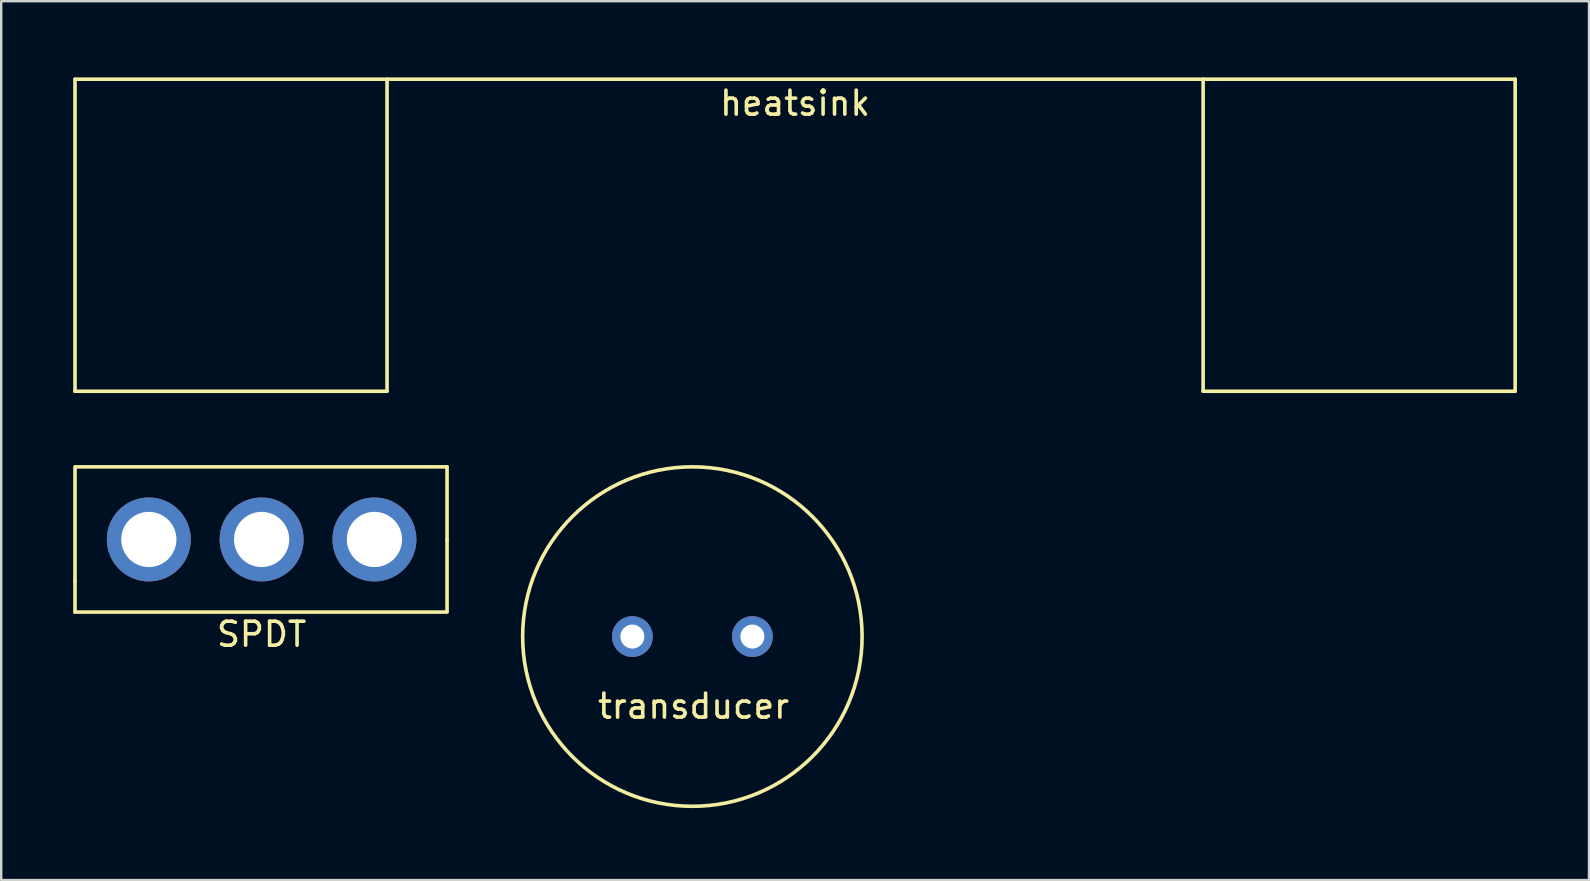
<source format=kicad_pcb>
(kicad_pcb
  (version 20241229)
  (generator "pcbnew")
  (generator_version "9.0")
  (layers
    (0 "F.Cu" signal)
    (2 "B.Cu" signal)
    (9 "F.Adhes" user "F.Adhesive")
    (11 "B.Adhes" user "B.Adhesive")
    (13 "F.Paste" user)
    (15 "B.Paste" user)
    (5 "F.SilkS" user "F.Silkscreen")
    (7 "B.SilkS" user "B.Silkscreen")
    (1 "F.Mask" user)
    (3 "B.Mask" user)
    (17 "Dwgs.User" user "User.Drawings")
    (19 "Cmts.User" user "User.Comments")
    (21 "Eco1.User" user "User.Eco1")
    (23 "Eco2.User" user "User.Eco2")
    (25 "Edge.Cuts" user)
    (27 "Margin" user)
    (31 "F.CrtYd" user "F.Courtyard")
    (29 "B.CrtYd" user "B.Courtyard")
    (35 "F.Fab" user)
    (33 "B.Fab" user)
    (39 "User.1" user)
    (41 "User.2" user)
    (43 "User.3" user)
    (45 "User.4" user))
  (footprint "transducer"
    (layer "F.Cu")
    (at 25.796 23.471)
    (property "Reference" "transducer" (at 0.05 2.9 0) (layer "F.SilkS") (effects (font (size 1 1) (thickness 0.15))))
    (attr through_hole)
    (fp_circle (center 0 0) (end 5 5) (stroke (width 0.15) (type solid)) (fill no) (layer "F.SilkS"))
    (pad "1" thru_hole circle (at -2.5 0) (size 1.7 1.7) (drill 1) (layers "*.Cu" "*.Mask"))
    (pad "2" thru_hole circle (at 2.5 0) (size 1.7 1.7) (drill 1) (layers "*.Cu" "*.Mask")))
  (footprint "heatsink"
    (layer "F.Cu")
    (at 30.075 0.25)
    (property "Reference" "heatsink" (at 0 1 0) (layer "F.SilkS") (effects (font (size 1 1) (thickness 0.15))))
    (attr through_hole)
    (fp_line (start -30 0) (end -30 13) (stroke (width 0.15) (type solid)) (layer "F.SilkS"))
    (fp_line (start -30 13) (end -17 13) (stroke (width 0.15) (type solid)) (layer "F.SilkS"))
    (fp_line (start -17 13) (end -17 0) (stroke (width 0.15) (type solid)) (layer "F.SilkS"))
    (fp_line (start 17 13) (end 17 0) (stroke (width 0.15) (type solid)) (layer "F.SilkS"))
    (fp_line (start 30 0) (end -30 0) (stroke (width 0.15) (type solid)) (layer "F.SilkS"))
    (fp_line (start 30 0) (end 30 13) (stroke (width 0.15) (type solid)) (layer "F.SilkS"))
    (fp_line (start 30 13) (end 17 13) (stroke (width 0.15) (type solid)) (layer "F.SilkS")))
  (footprint "SPDT"
    (layer "F.Cu")
    (at 7.85 19.425)
    (property "Reference" "SPDT" (at 0 3.95 0) (layer "F.SilkS") (effects (font (size 1 1) (thickness 0.15))))
    (attr through_hole)
    (fp_line (start -7.775 1.75) (end -7.775 -3.025) (stroke (width 0.15) (type solid)) (layer "F.SilkS"))
    (fp_line (start -7.775 1.75) (end -7.775 3.025) (stroke (width 0.15) (type solid)) (layer "F.SilkS"))
    (fp_line (start -7.775 3.025) (end 7.725 3.025) (stroke (width 0.15) (type solid)) (layer "F.SilkS"))
    (fp_line (start 7.725 -3.025) (end -7.75 -3.025) (stroke (width 0.15) (type solid)) (layer "F.SilkS"))
    (fp_line (start 7.725 0) (end 7.725 -3.025) (stroke (width 0.15) (type solid)) (layer "F.SilkS"))
    (fp_line (start 7.725 3) (end 7.725 0) (stroke (width 0.15) (type solid)) (layer "F.SilkS"))
    (pad "1" thru_hole circle (at -4.7 0) (size 3.5 3.5) (drill 2.3) (layers "*.Cu" "*.Mask"))
    (pad "2" thru_hole circle (at 0 0) (size 3.5 3.5) (drill 2.3) (layers "*.Cu" "*.Mask"))
    (pad "3" thru_hole circle (at 4.7 0) (size 3.5 3.5) (drill 2.3) (layers "*.Cu" "*.Mask")))
  (gr_rect
    (start -3 -3)
    (end 63.15 33.617)
    (stroke (width 0.1) (type default))
    (fill no)
    (layer "Edge.Cuts")))
</source>
